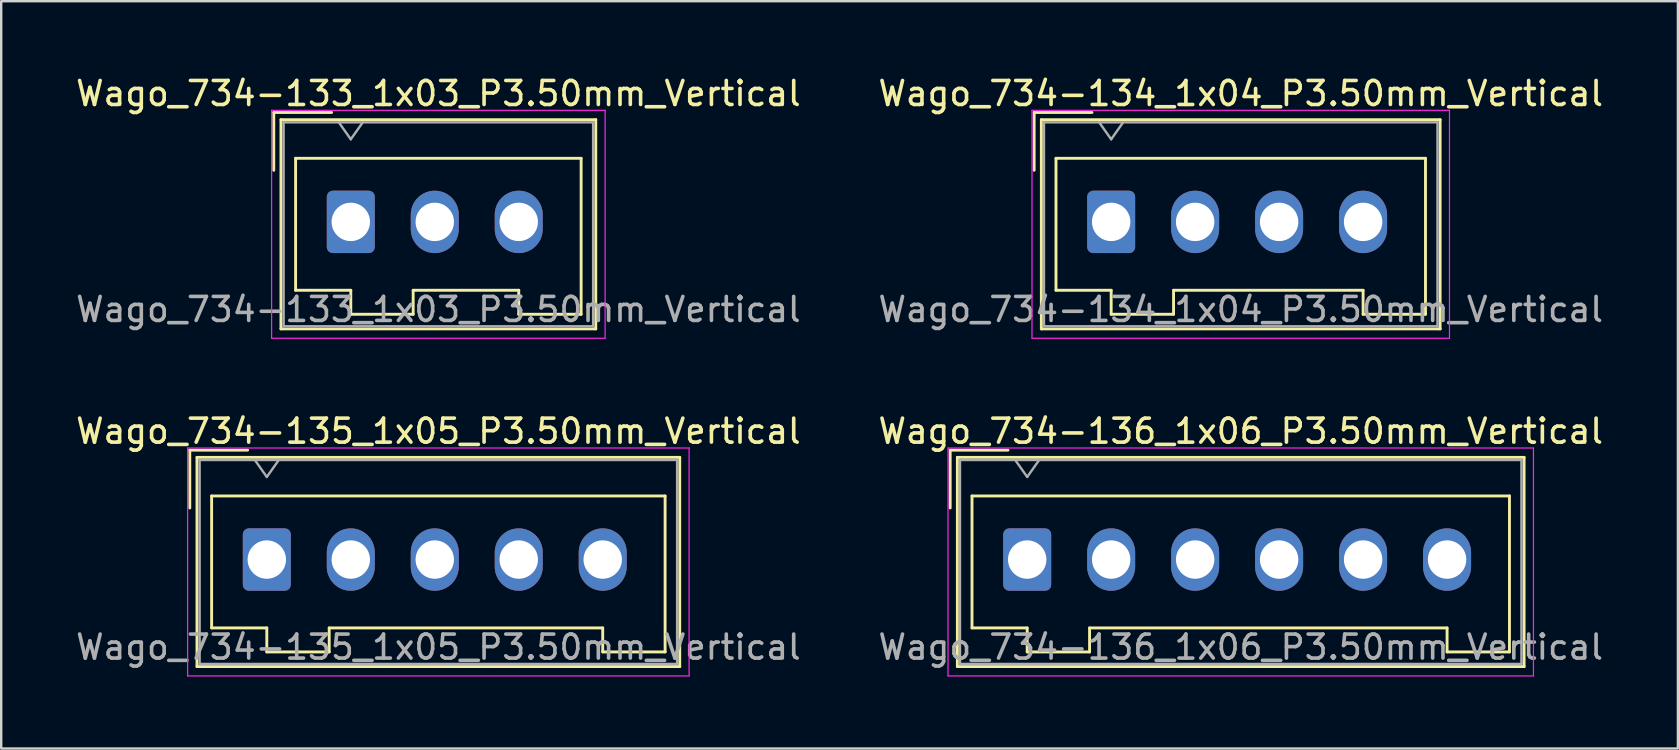
<source format=kicad_pcb>
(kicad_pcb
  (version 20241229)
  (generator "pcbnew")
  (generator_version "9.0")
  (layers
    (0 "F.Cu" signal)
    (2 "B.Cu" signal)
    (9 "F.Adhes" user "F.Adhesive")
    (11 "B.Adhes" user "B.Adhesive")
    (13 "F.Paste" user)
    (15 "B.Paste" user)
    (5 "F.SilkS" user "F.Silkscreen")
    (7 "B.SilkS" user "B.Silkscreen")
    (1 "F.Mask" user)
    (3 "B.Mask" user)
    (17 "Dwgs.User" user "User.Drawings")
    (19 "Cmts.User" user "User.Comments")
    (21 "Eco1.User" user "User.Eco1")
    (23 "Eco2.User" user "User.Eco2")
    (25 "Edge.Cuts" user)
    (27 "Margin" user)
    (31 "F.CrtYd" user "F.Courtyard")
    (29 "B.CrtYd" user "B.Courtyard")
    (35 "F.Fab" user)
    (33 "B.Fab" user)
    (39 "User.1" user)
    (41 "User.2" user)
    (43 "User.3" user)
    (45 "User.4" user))
  (footprint "Wago_734-133_1x03_P3.50mm_Vertical"
    (layer "F.Cu")
    (at 11.57 6.198)
    (property "Reference" "Wago_734-133_1x03_P3.50mm_Vertical" (at 3.65 -5.35 0) (layer "F.SilkS") (effects (font (size 1 1) (thickness 0.15))))
    (attr through_hole)
    (fp_line (start -3.21 -4.56) (end -0.8 -4.56) (stroke (width 0.12) (type solid)) (layer "F.SilkS"))
    (fp_line (start -3.21 -2.15) (end -3.21 -4.56) (stroke (width 0.12) (type solid)) (layer "F.SilkS"))
    (fp_line (start -2.91 -4.26) (end -2.91 4.46) (stroke (width 0.12) (type solid)) (layer "F.SilkS"))
    (fp_line (start -2.91 4.46) (end 10.21 4.46) (stroke (width 0.12) (type solid)) (layer "F.SilkS"))
    (fp_line (start -2.3 -2.65) (end -2.3 2.85) (stroke (width 0.12) (type solid)) (layer "F.SilkS"))
    (fp_line (start -2.3 2.85) (end 0 2.85) (stroke (width 0.12) (type solid)) (layer "F.SilkS"))
    (fp_line (start 0 2.85) (end 0 3.85) (stroke (width 0.12) (type solid)) (layer "F.SilkS"))
    (fp_line (start 0 3.85) (end 2.6 3.85) (stroke (width 0.12) (type solid)) (layer "F.SilkS"))
    (fp_line (start 2.6 2.85) (end 7 2.85) (stroke (width 0.12) (type solid)) (layer "F.SilkS"))
    (fp_line (start 2.6 3.85) (end 2.6 2.85) (stroke (width 0.12) (type solid)) (layer "F.SilkS"))
    (fp_line (start 7 2.85) (end 7 3.85) (stroke (width 0.12) (type solid)) (layer "F.SilkS"))
    (fp_line (start 7 3.85) (end 9.6 3.85) (stroke (width 0.12) (type solid)) (layer "F.SilkS"))
    (fp_line (start 9.6 -2.65) (end -2.3 -2.65) (stroke (width 0.12) (type solid)) (layer "F.SilkS"))
    (fp_line (start 9.6 3.85) (end 9.6 -2.65) (stroke (width 0.12) (type solid)) (layer "F.SilkS"))
    (fp_line (start 10.21 -4.26) (end -2.91 -4.26) (stroke (width 0.12) (type solid)) (layer "F.SilkS"))
    (fp_line (start 10.21 4.46) (end 10.21 -4.26) (stroke (width 0.12) (type solid)) (layer "F.SilkS"))
    (fp_line (start -3.3 -4.65) (end -3.3 4.85) (stroke (width 0.05) (type solid)) (layer "F.CrtYd"))
    (fp_line (start -3.3 4.85) (end 10.6 4.85) (stroke (width 0.05) (type solid)) (layer "F.CrtYd"))
    (fp_line (start 10.6 -4.65) (end -3.3 -4.65) (stroke (width 0.05) (type solid)) (layer "F.CrtYd"))
    (fp_line (start 10.6 4.85) (end 10.6 -4.65) (stroke (width 0.05) (type solid)) (layer "F.CrtYd"))
    (fp_line (start -2.8 -4.15) (end -2.8 4.35) (stroke (width 0.1) (type solid)) (layer "F.Fab"))
    (fp_line (start -2.8 4.35) (end 10.1 4.35) (stroke (width 0.1) (type solid)) (layer "F.Fab"))
    (fp_line (start -0.5 -4.15) (end 0 -3.443) (stroke (width 0.1) (type solid)) (layer "F.Fab"))
    (fp_line (start 0 -3.443) (end 0.5 -4.15) (stroke (width 0.1) (type solid)) (layer "F.Fab"))
    (fp_line (start 10.1 -4.15) (end -2.8 -4.15) (stroke (width 0.1) (type solid)) (layer "F.Fab"))
    (fp_line (start 10.1 4.35) (end 10.1 -4.15) (stroke (width 0.1) (type solid)) (layer "F.Fab"))
    (fp_text user "${REFERENCE}" (at 3.65 3.65 0) (layer "F.Fab") (effects (font (size 1 1) (thickness 0.15))))
    (pad "1" thru_hole roundrect (at 0 0) (size 2 2.6) (drill 1.6) (layers "*.Cu" "*.Mask") (roundrect_rratio 0.125))
    (pad "2" thru_hole oval (at 3.5 0) (size 2 2.6) (drill 1.6) (layers "*.Cu" "*.Mask"))
    (pad "3" thru_hole oval (at 7 0) (size 2 2.6) (drill 1.6) (layers "*.Cu" "*.Mask")))
  (footprint "Wago_734-134_1x04_P3.50mm_Vertical"
    (layer "F.Cu")
    (at 43.261 6.198)
    (property "Reference" "Wago_734-134_1x04_P3.50mm_Vertical" (at 5.4 -5.35 0) (layer "F.SilkS") (effects (font (size 1 1) (thickness 0.15))))
    (attr through_hole)
    (fp_line (start -3.21 -4.56) (end -0.8 -4.56) (stroke (width 0.12) (type solid)) (layer "F.SilkS"))
    (fp_line (start -3.21 -2.15) (end -3.21 -4.56) (stroke (width 0.12) (type solid)) (layer "F.SilkS"))
    (fp_line (start -2.91 -4.26) (end -2.91 4.46) (stroke (width 0.12) (type solid)) (layer "F.SilkS"))
    (fp_line (start -2.91 4.46) (end 13.71 4.46) (stroke (width 0.12) (type solid)) (layer "F.SilkS"))
    (fp_line (start -2.3 -2.65) (end -2.3 2.85) (stroke (width 0.12) (type solid)) (layer "F.SilkS"))
    (fp_line (start -2.3 2.85) (end 0 2.85) (stroke (width 0.12) (type solid)) (layer "F.SilkS"))
    (fp_line (start 0 2.85) (end 0 3.85) (stroke (width 0.12) (type solid)) (layer "F.SilkS"))
    (fp_line (start 0 3.85) (end 2.6 3.85) (stroke (width 0.12) (type solid)) (layer "F.SilkS"))
    (fp_line (start 2.6 2.85) (end 10.5 2.85) (stroke (width 0.12) (type solid)) (layer "F.SilkS"))
    (fp_line (start 2.6 3.85) (end 2.6 2.85) (stroke (width 0.12) (type solid)) (layer "F.SilkS"))
    (fp_line (start 10.5 2.85) (end 10.5 3.85) (stroke (width 0.12) (type solid)) (layer "F.SilkS"))
    (fp_line (start 10.5 3.85) (end 13.1 3.85) (stroke (width 0.12) (type solid)) (layer "F.SilkS"))
    (fp_line (start 13.1 -2.65) (end -2.3 -2.65) (stroke (width 0.12) (type solid)) (layer "F.SilkS"))
    (fp_line (start 13.1 3.85) (end 13.1 -2.65) (stroke (width 0.12) (type solid)) (layer "F.SilkS"))
    (fp_line (start 13.71 -4.26) (end -2.91 -4.26) (stroke (width 0.12) (type solid)) (layer "F.SilkS"))
    (fp_line (start 13.71 4.46) (end 13.71 -4.26) (stroke (width 0.12) (type solid)) (layer "F.SilkS"))
    (fp_line (start -3.3 -4.65) (end -3.3 4.85) (stroke (width 0.05) (type solid)) (layer "F.CrtYd"))
    (fp_line (start -3.3 4.85) (end 14.1 4.85) (stroke (width 0.05) (type solid)) (layer "F.CrtYd"))
    (fp_line (start 14.1 -4.65) (end -3.3 -4.65) (stroke (width 0.05) (type solid)) (layer "F.CrtYd"))
    (fp_line (start 14.1 4.85) (end 14.1 -4.65) (stroke (width 0.05) (type solid)) (layer "F.CrtYd"))
    (fp_line (start -2.8 -4.15) (end -2.8 4.35) (stroke (width 0.1) (type solid)) (layer "F.Fab"))
    (fp_line (start -2.8 4.35) (end 13.6 4.35) (stroke (width 0.1) (type solid)) (layer "F.Fab"))
    (fp_line (start -0.5 -4.15) (end 0 -3.443) (stroke (width 0.1) (type solid)) (layer "F.Fab"))
    (fp_line (start 0 -3.443) (end 0.5 -4.15) (stroke (width 0.1) (type solid)) (layer "F.Fab"))
    (fp_line (start 13.6 -4.15) (end -2.8 -4.15) (stroke (width 0.1) (type solid)) (layer "F.Fab"))
    (fp_line (start 13.6 4.35) (end 13.6 -4.15) (stroke (width 0.1) (type solid)) (layer "F.Fab"))
    (fp_text user "${REFERENCE}" (at 5.4 3.65 0) (layer "F.Fab") (effects (font (size 1 1) (thickness 0.15))))
    (pad "1" thru_hole roundrect (at 0 0) (size 2 2.6) (drill 1.6) (layers "*.Cu" "*.Mask") (roundrect_rratio 0.125))
    (pad "2" thru_hole oval (at 3.5 0) (size 2 2.6) (drill 1.6) (layers "*.Cu" "*.Mask"))
    (pad "3" thru_hole oval (at 7 0) (size 2 2.6) (drill 1.6) (layers "*.Cu" "*.Mask"))
    (pad "4" thru_hole oval (at 10.5 0) (size 2 2.6) (drill 1.6) (layers "*.Cu" "*.Mask")))
  (footprint "Wago_734-135_1x05_P3.50mm_Vertical"
    (layer "F.Cu")
    (at 8.07 20.271)
    (property "Reference" "Wago_734-135_1x05_P3.50mm_Vertical" (at 7.15 -5.35 0) (layer "F.SilkS") (effects (font (size 1 1) (thickness 0.15))))
    (attr through_hole)
    (fp_line (start -3.21 -4.56) (end -0.8 -4.56) (stroke (width 0.12) (type solid)) (layer "F.SilkS"))
    (fp_line (start -3.21 -2.15) (end -3.21 -4.56) (stroke (width 0.12) (type solid)) (layer "F.SilkS"))
    (fp_line (start -2.91 -4.26) (end -2.91 4.46) (stroke (width 0.12) (type solid)) (layer "F.SilkS"))
    (fp_line (start -2.91 4.46) (end 17.21 4.46) (stroke (width 0.12) (type solid)) (layer "F.SilkS"))
    (fp_line (start -2.3 -2.65) (end -2.3 2.85) (stroke (width 0.12) (type solid)) (layer "F.SilkS"))
    (fp_line (start -2.3 2.85) (end 0 2.85) (stroke (width 0.12) (type solid)) (layer "F.SilkS"))
    (fp_line (start 0 2.85) (end 0 3.85) (stroke (width 0.12) (type solid)) (layer "F.SilkS"))
    (fp_line (start 0 3.85) (end 2.6 3.85) (stroke (width 0.12) (type solid)) (layer "F.SilkS"))
    (fp_line (start 2.6 2.85) (end 14 2.85) (stroke (width 0.12) (type solid)) (layer "F.SilkS"))
    (fp_line (start 2.6 3.85) (end 2.6 2.85) (stroke (width 0.12) (type solid)) (layer "F.SilkS"))
    (fp_line (start 14 2.85) (end 14 3.85) (stroke (width 0.12) (type solid)) (layer "F.SilkS"))
    (fp_line (start 14 3.85) (end 16.6 3.85) (stroke (width 0.12) (type solid)) (layer "F.SilkS"))
    (fp_line (start 16.6 -2.65) (end -2.3 -2.65) (stroke (width 0.12) (type solid)) (layer "F.SilkS"))
    (fp_line (start 16.6 3.85) (end 16.6 -2.65) (stroke (width 0.12) (type solid)) (layer "F.SilkS"))
    (fp_line (start 17.21 -4.26) (end -2.91 -4.26) (stroke (width 0.12) (type solid)) (layer "F.SilkS"))
    (fp_line (start 17.21 4.46) (end 17.21 -4.26) (stroke (width 0.12) (type solid)) (layer "F.SilkS"))
    (fp_line (start -3.3 -4.65) (end -3.3 4.85) (stroke (width 0.05) (type solid)) (layer "F.CrtYd"))
    (fp_line (start -3.3 4.85) (end 17.6 4.85) (stroke (width 0.05) (type solid)) (layer "F.CrtYd"))
    (fp_line (start 17.6 -4.65) (end -3.3 -4.65) (stroke (width 0.05) (type solid)) (layer "F.CrtYd"))
    (fp_line (start 17.6 4.85) (end 17.6 -4.65) (stroke (width 0.05) (type solid)) (layer "F.CrtYd"))
    (fp_line (start -2.8 -4.15) (end -2.8 4.35) (stroke (width 0.1) (type solid)) (layer "F.Fab"))
    (fp_line (start -2.8 4.35) (end 17.1 4.35) (stroke (width 0.1) (type solid)) (layer "F.Fab"))
    (fp_line (start -0.5 -4.15) (end 0 -3.443) (stroke (width 0.1) (type solid)) (layer "F.Fab"))
    (fp_line (start 0 -3.443) (end 0.5 -4.15) (stroke (width 0.1) (type solid)) (layer "F.Fab"))
    (fp_line (start 17.1 -4.15) (end -2.8 -4.15) (stroke (width 0.1) (type solid)) (layer "F.Fab"))
    (fp_line (start 17.1 4.35) (end 17.1 -4.15) (stroke (width 0.1) (type solid)) (layer "F.Fab"))
    (fp_text user "${REFERENCE}" (at 7.15 3.65 0) (layer "F.Fab") (effects (font (size 1 1) (thickness 0.15))))
    (pad "1" thru_hole roundrect (at 0 0) (size 2 2.6) (drill 1.6) (layers "*.Cu" "*.Mask") (roundrect_rratio 0.125))
    (pad "2" thru_hole oval (at 3.5 0) (size 2 2.6) (drill 1.6) (layers "*.Cu" "*.Mask"))
    (pad "3" thru_hole oval (at 7 0) (size 2 2.6) (drill 1.6) (layers "*.Cu" "*.Mask"))
    (pad "4" thru_hole oval (at 10.5 0) (size 2 2.6) (drill 1.6) (layers "*.Cu" "*.Mask"))
    (pad "5" thru_hole oval (at 14 0) (size 2 2.6) (drill 1.6) (layers "*.Cu" "*.Mask")))
  (footprint "Wago_734-136_1x06_P3.50mm_Vertical"
    (layer "F.Cu")
    (at 39.761 20.271)
    (property "Reference" "Wago_734-136_1x06_P3.50mm_Vertical" (at 8.9 -5.35 0) (layer "F.SilkS") (effects (font (size 1 1) (thickness 0.15))))
    (attr through_hole)
    (fp_line (start -3.21 -4.56) (end -0.8 -4.56) (stroke (width 0.12) (type solid)) (layer "F.SilkS"))
    (fp_line (start -3.21 -2.15) (end -3.21 -4.56) (stroke (width 0.12) (type solid)) (layer "F.SilkS"))
    (fp_line (start -2.91 -4.26) (end -2.91 4.46) (stroke (width 0.12) (type solid)) (layer "F.SilkS"))
    (fp_line (start -2.91 4.46) (end 20.71 4.46) (stroke (width 0.12) (type solid)) (layer "F.SilkS"))
    (fp_line (start -2.3 -2.65) (end -2.3 2.85) (stroke (width 0.12) (type solid)) (layer "F.SilkS"))
    (fp_line (start -2.3 2.85) (end 0 2.85) (stroke (width 0.12) (type solid)) (layer "F.SilkS"))
    (fp_line (start 0 2.85) (end 0 3.85) (stroke (width 0.12) (type solid)) (layer "F.SilkS"))
    (fp_line (start 0 3.85) (end 2.6 3.85) (stroke (width 0.12) (type solid)) (layer "F.SilkS"))
    (fp_line (start 2.6 2.85) (end 17.5 2.85) (stroke (width 0.12) (type solid)) (layer "F.SilkS"))
    (fp_line (start 2.6 3.85) (end 2.6 2.85) (stroke (width 0.12) (type solid)) (layer "F.SilkS"))
    (fp_line (start 17.5 2.85) (end 17.5 3.85) (stroke (width 0.12) (type solid)) (layer "F.SilkS"))
    (fp_line (start 17.5 3.85) (end 20.1 3.85) (stroke (width 0.12) (type solid)) (layer "F.SilkS"))
    (fp_line (start 20.1 -2.65) (end -2.3 -2.65) (stroke (width 0.12) (type solid)) (layer "F.SilkS"))
    (fp_line (start 20.1 3.85) (end 20.1 -2.65) (stroke (width 0.12) (type solid)) (layer "F.SilkS"))
    (fp_line (start 20.71 -4.26) (end -2.91 -4.26) (stroke (width 0.12) (type solid)) (layer "F.SilkS"))
    (fp_line (start 20.71 4.46) (end 20.71 -4.26) (stroke (width 0.12) (type solid)) (layer "F.SilkS"))
    (fp_line (start -3.3 -4.65) (end -3.3 4.85) (stroke (width 0.05) (type solid)) (layer "F.CrtYd"))
    (fp_line (start -3.3 4.85) (end 21.1 4.85) (stroke (width 0.05) (type solid)) (layer "F.CrtYd"))
    (fp_line (start 21.1 -4.65) (end -3.3 -4.65) (stroke (width 0.05) (type solid)) (layer "F.CrtYd"))
    (fp_line (start 21.1 4.85) (end 21.1 -4.65) (stroke (width 0.05) (type solid)) (layer "F.CrtYd"))
    (fp_line (start -2.8 -4.15) (end -2.8 4.35) (stroke (width 0.1) (type solid)) (layer "F.Fab"))
    (fp_line (start -2.8 4.35) (end 20.6 4.35) (stroke (width 0.1) (type solid)) (layer "F.Fab"))
    (fp_line (start -0.5 -4.15) (end 0 -3.443) (stroke (width 0.1) (type solid)) (layer "F.Fab"))
    (fp_line (start 0 -3.443) (end 0.5 -4.15) (stroke (width 0.1) (type solid)) (layer "F.Fab"))
    (fp_line (start 20.6 -4.15) (end -2.8 -4.15) (stroke (width 0.1) (type solid)) (layer "F.Fab"))
    (fp_line (start 20.6 4.35) (end 20.6 -4.15) (stroke (width 0.1) (type solid)) (layer "F.Fab"))
    (fp_text user "${REFERENCE}" (at 8.9 3.65 0) (layer "F.Fab") (effects (font (size 1 1) (thickness 0.15))))
    (pad "1" thru_hole roundrect (at 0 0) (size 2 2.6) (drill 1.6) (layers "*.Cu" "*.Mask") (roundrect_rratio 0.125))
    (pad "2" thru_hole oval (at 3.5 0) (size 2 2.6) (drill 1.6) (layers "*.Cu" "*.Mask"))
    (pad "3" thru_hole oval (at 7 0) (size 2 2.6) (drill 1.6) (layers "*.Cu" "*.Mask"))
    (pad "4" thru_hole oval (at 10.5 0) (size 2 2.6) (drill 1.6) (layers "*.Cu" "*.Mask"))
    (pad "5" thru_hole oval (at 14 0) (size 2 2.6) (drill 1.6) (layers "*.Cu" "*.Mask"))
    (pad "6" thru_hole oval (at 17.5 0) (size 2 2.6) (drill 1.6) (layers "*.Cu" "*.Mask")))
  (gr_rect
    (start -3 -3)
    (end 66.881 28.146)
    (stroke (width 0.1) (type default))
    (fill no)
    (layer "Edge.Cuts")))
</source>
